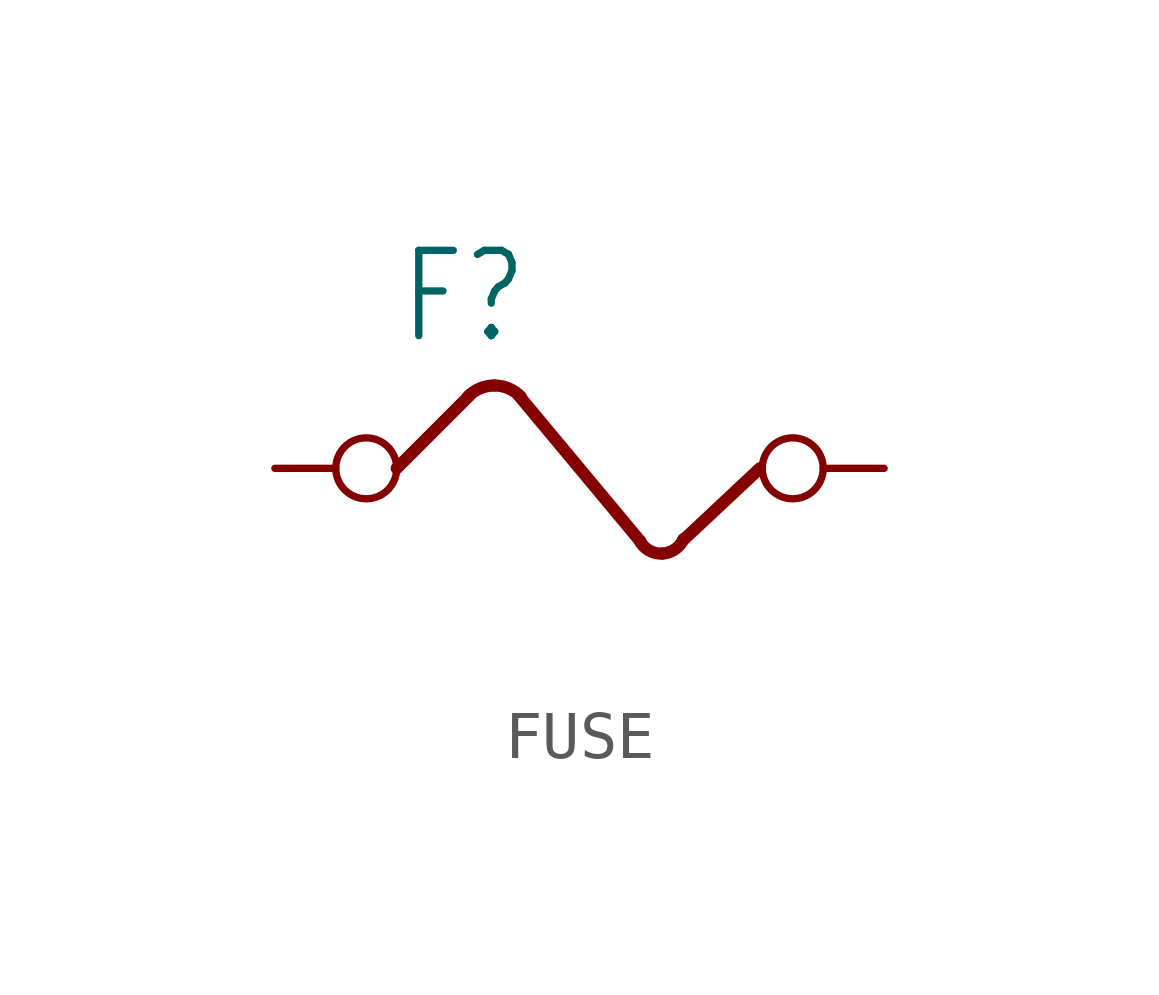
<source format=kicad_sym>
(kicad_symbol_lib
  (version 20231120)
  (generator "kicad_symbol_editor")
  (generator_version "8.0")
  (symbol "FUSE"
    (property "Reference" "F"
      (at -5.08 2.54 0)
      (effects (font (size 1.778 1.511)) (justify left bottom)))
    (property "Value" ""
      (at -5.08 -3.81 0)
      (effects (font (size 1.778 1.511)) (justify left bottom)))
    (property "ki_locked" ""
      (at 0 0 0)
      (effects (font (size 1.27 1.27))))
    (symbol "FUSE_1_0"
      (arc (start -3.0479 1.7272) (mid -3.3477 1.6657) (end -3.5992 1.4912) (stroke (width 0.254) (type solid)) (fill (type none)))
      (arc (start -2.4959 1.491) (mid -2.7477 1.6658) (end -3.048 1.7272) (stroke (width 0.254) (type solid)) (fill (type none)))
      (arc (start -0.0178 -1.508) (mid 0.1804 -1.7121) (end 0.4572 -1.7778) (stroke (width 0.254) (type solid)) (fill (type none)))
      (polyline (pts (xy -5.08 0) (xy -3.556 1.524)) (stroke (width 0.254) (type solid)) (fill (type none)))
      (polyline (pts (xy 0 -1.524) (xy -2.54 1.524)) (stroke (width 0.254) (type solid)) (fill (type none)))
      (polyline (pts (xy 0.889 -1.499) (xy 2.489 0)) (stroke (width 0.254) (type solid)) (fill (type none)))
      (arc (start 0.4572 -1.778) (mid 0.7195 -1.6894) (end 0.8965 -1.4765) (stroke (width 0.254) (type solid)) (fill (type none)))
      (pin passive inverted (at -7.62 0 0) (length 2.54) (name "1" (effects (font (size 0 0)))) (number "1" (effects (font (size 0 0)))))
      (pin passive inverted (at 5.08 0 180) (length 2.54) (name "2" (effects (font (size 0 0)))) (number "2" (effects (font (size 0 0))))))))
</source>
